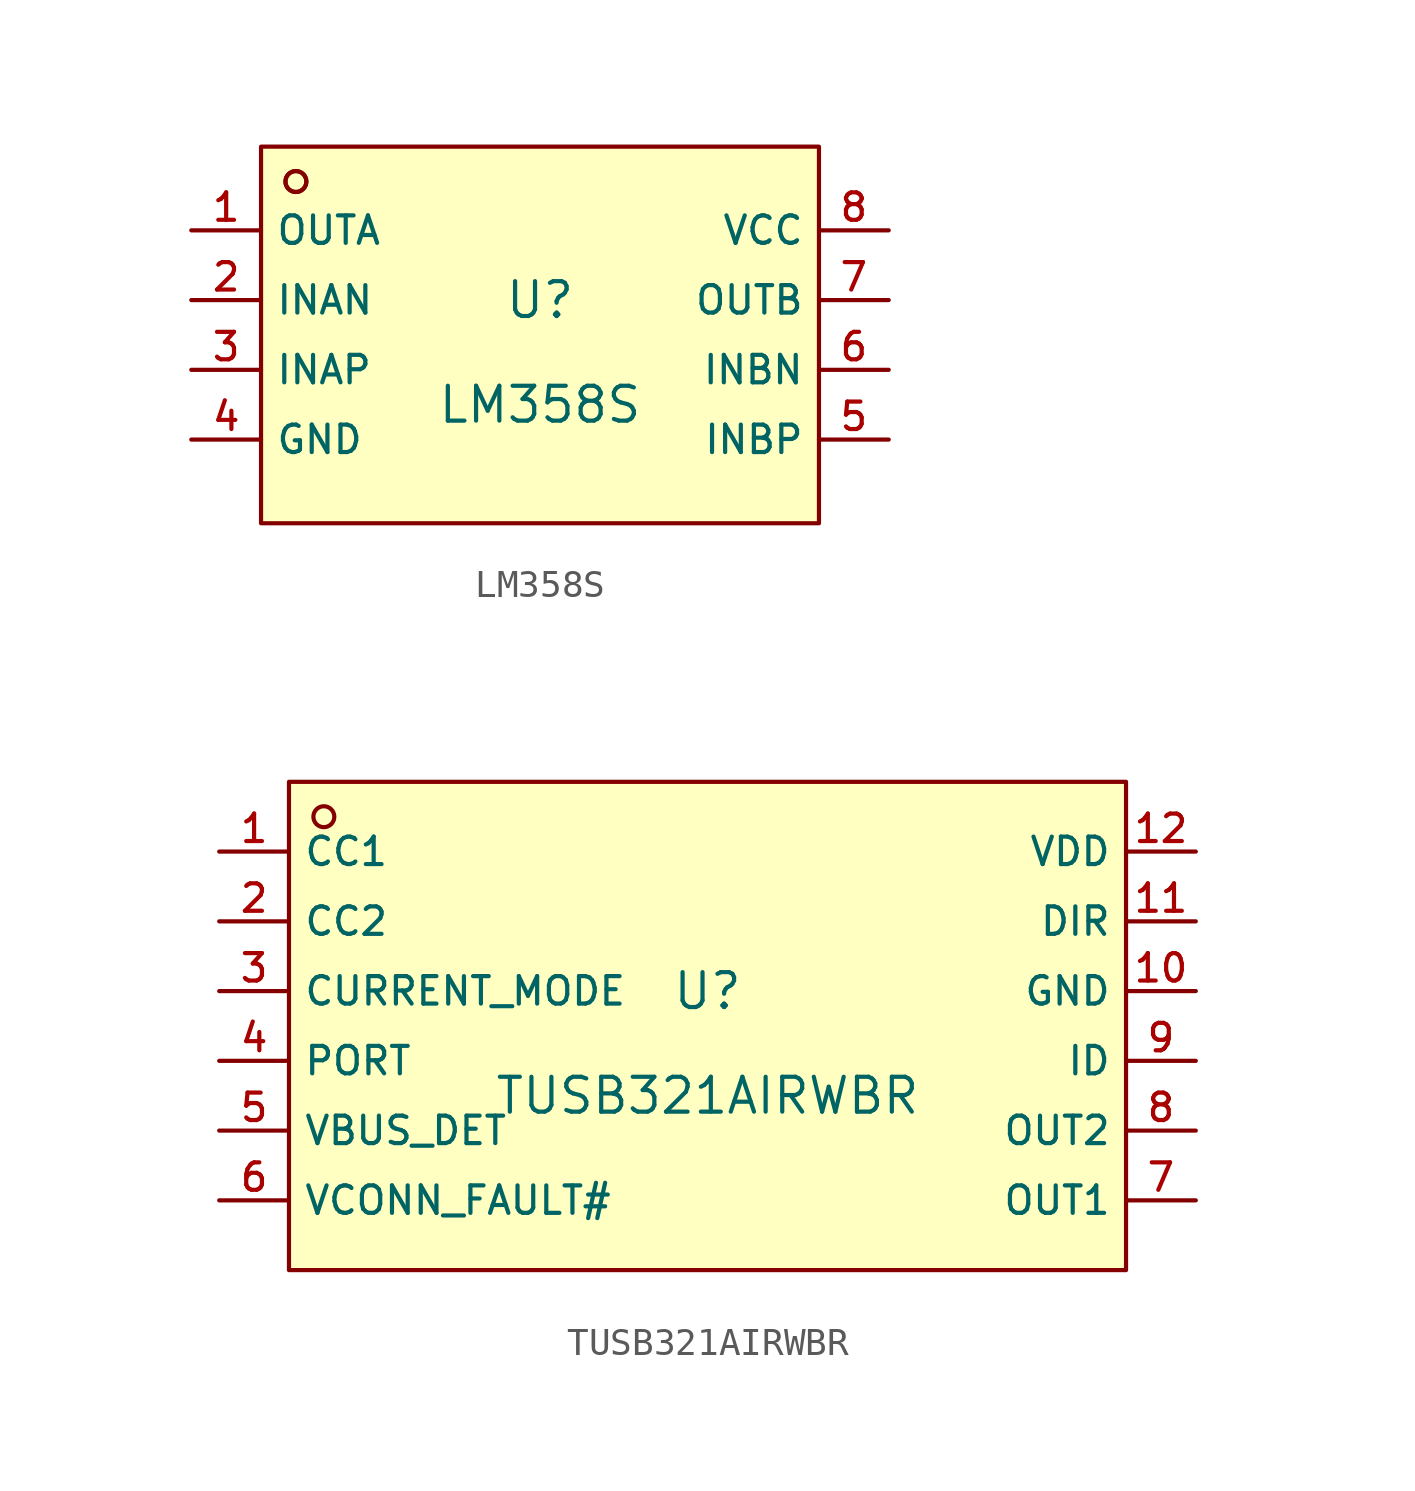
<source format=kicad_sym>
(kicad_symbol_lib
  (version 20220914)
  (generator kicad_symbol_editor)
  (symbol "LM358S"
    (property "Reference" "U"
      (at 0 1.27 0)
      (effects (font (size 1.27 1.27))))
    (property "Value" "LM358S"
      (at 0 -2.54 0)
      (effects (font (size 1.27 1.27))))
    (symbol "LM358S_0_1"
      (circle (center -8.89 5.588) (radius 0.381) (stroke (width 0) (type default) (color 0 0 0 0)) (fill (type background)))
      (rectangle (start -10.16 6.858) (end 10.16 -6.858) (stroke (width 0) (type default) (color 0 0 0 0)) (fill (type background)))
      (circle (center -8.89 5.588) (radius 0.381) (stroke (width 0) (type default) (color 0 0 0 0)) (fill (type background)))
      (pin unspecified line (at -12.7 3.81 0) (length 2.54) (name "OUTA" (effects (font (size 1 1)))) (number "1" (effects (font (size 1 1)))))
      (pin unspecified line (at -12.7 1.27 0) (length 2.54) (name "INAN" (effects (font (size 1 1)))) (number "2" (effects (font (size 1 1)))))
      (pin unspecified line (at -12.7 -1.27 0) (length 2.54) (name "INAP" (effects (font (size 1 1)))) (number "3" (effects (font (size 1 1)))))
      (pin unspecified line (at -12.7 -3.81 0) (length 2.54) (name "GND" (effects (font (size 1 1)))) (number "4" (effects (font (size 1 1)))))
      (pin unspecified line (at 12.7 -3.81 180) (length 2.54) (name "INBP" (effects (font (size 1 1)))) (number "5" (effects (font (size 1 1)))))
      (pin unspecified line (at 12.7 -1.27 180) (length 2.54) (name "INBN" (effects (font (size 1 1)))) (number "6" (effects (font (size 1 1)))))
      (pin unspecified line (at 12.7 1.27 180) (length 2.54) (name "OUTB" (effects (font (size 1 1)))) (number "7" (effects (font (size 1 1)))))
      (pin unspecified line (at 12.7 3.81 180) (length 2.54) (name "VCC" (effects (font (size 1 1)))) (number "8" (effects (font (size 1 1)))))))
  (symbol "TUSB321AIRWBR"
    (property "Reference" "U"
      (at 0 1.27 0)
      (effects (font (size 1.27 1.27))))
    (property "Value" "TUSB321AIRWBR"
      (at 0 -2.54 0)
      (effects (font (size 1.27 1.27))))
    (symbol "TUSB321AIRWBR_0_1"
      (rectangle (start -15.24 8.89) (end 15.24 -8.89) (stroke (width 0) (type default) (color 0 0 0 0)) (fill (type background)))
      (circle (center -13.97 7.62) (radius 0.381) (stroke (width 0) (type default) (color 0 0 0 0)) (fill (type background)))
      (pin unspecified line (at -17.78 6.35 0) (length 2.54) (name "CC1" (effects (font (size 1 1)))) (number "1" (effects (font (size 1 1)))))
      (pin unspecified line (at -17.78 3.81 0) (length 2.54) (name "CC2" (effects (font (size 1 1)))) (number "2" (effects (font (size 1 1)))))
      (pin unspecified line (at -17.78 1.27 0) (length 2.54) (name "CURRENT_MODE" (effects (font (size 1 1)))) (number "3" (effects (font (size 1 1)))))
      (pin unspecified line (at -17.78 -1.27 0) (length 2.54) (name "PORT" (effects (font (size 1 1)))) (number "4" (effects (font (size 1 1)))))
      (pin unspecified line (at -17.78 -3.81 0) (length 2.54) (name "VBUS_DET" (effects (font (size 1 1)))) (number "5" (effects (font (size 1 1)))))
      (pin unspecified line (at -17.78 -6.35 0) (length 2.54) (name "VCONN_FAULT#" (effects (font (size 1 1)))) (number "6" (effects (font (size 1 1)))))
      (pin unspecified line (at 17.78 -6.35 180) (length 2.54) (name "OUT1" (effects (font (size 1 1)))) (number "7" (effects (font (size 1 1)))))
      (pin unspecified line (at 17.78 -3.81 180) (length 2.54) (name "OUT2" (effects (font (size 1 1)))) (number "8" (effects (font (size 1 1)))))
      (pin unspecified line (at 17.78 -1.27 180) (length 2.54) (name "ID" (effects (font (size 1 1)))) (number "9" (effects (font (size 1 1)))))
      (pin unspecified line (at 17.78 1.27 180) (length 2.54) (name "GND" (effects (font (size 1 1)))) (number "10" (effects (font (size 1 1)))))
      (pin unspecified line (at 17.78 3.81 180) (length 2.54) (name "DIR" (effects (font (size 1 1)))) (number "11" (effects (font (size 1 1)))))
      (pin unspecified line (at 17.78 6.35 180) (length 2.54) (name "VDD" (effects (font (size 1 1)))) (number "12" (effects (font (size 1 1))))))))
</source>
